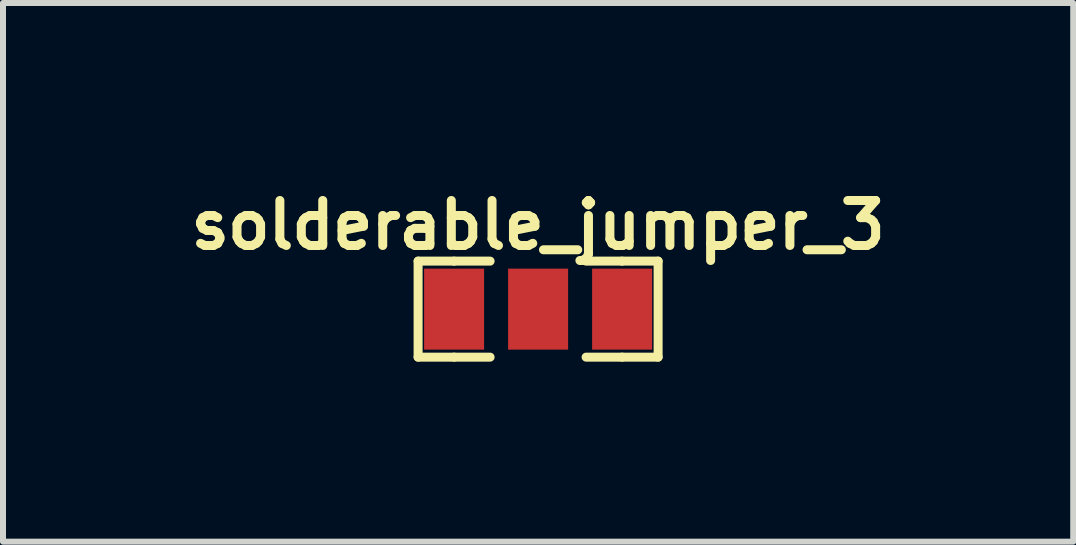
<source format=kicad_pcb>
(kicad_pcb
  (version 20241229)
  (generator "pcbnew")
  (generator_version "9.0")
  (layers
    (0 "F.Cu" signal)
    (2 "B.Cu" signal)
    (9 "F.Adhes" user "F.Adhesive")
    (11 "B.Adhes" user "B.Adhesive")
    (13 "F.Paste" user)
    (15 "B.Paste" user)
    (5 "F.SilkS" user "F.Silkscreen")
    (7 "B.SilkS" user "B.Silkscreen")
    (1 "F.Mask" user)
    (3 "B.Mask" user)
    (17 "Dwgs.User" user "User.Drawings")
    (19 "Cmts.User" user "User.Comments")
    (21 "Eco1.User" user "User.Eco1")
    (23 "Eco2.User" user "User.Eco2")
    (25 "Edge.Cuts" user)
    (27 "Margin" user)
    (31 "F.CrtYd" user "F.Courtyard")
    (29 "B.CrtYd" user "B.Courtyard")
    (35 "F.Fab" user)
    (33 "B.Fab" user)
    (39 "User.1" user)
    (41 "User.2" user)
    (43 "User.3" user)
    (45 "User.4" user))
  (footprint "solderable_jumper_3"
    (layer "F.Cu")
    (at 5.918 2.102)
    (property "Reference" "solderable_jumper_3" (at 0 -1.4 0) (layer "F.SilkS") (effects (font (size 0.75 0.75) (thickness 0.15))))
    (attr through_hole)
    (fp_line (start -2 -0.8) (end -2 0.8) (stroke (width 0.15) (type solid)) (layer "F.SilkS"))
    (fp_line (start -2 -0.8) (end -1.4 -0.8) (stroke (width 0.15) (type solid)) (layer "F.SilkS"))
    (fp_line (start -2 0.8) (end -1.4 0.8) (stroke (width 0.15) (type solid)) (layer "F.SilkS"))
    (fp_line (start -1.4 -0.8) (end -0.8 -0.8) (stroke (width 0.15) (type solid)) (layer "F.SilkS"))
    (fp_line (start -1.4 0.8) (end -0.8 0.8) (stroke (width 0.15) (type solid)) (layer "F.SilkS"))
    (fp_line (start 1.4 -0.8) (end 0.8 -0.8) (stroke (width 0.15) (type solid)) (layer "F.SilkS"))
    (fp_line (start 1.4 0.8) (end 0.8 0.8) (stroke (width 0.15) (type solid)) (layer "F.SilkS"))
    (fp_line (start 2 -0.8) (end 1.4 -0.8) (stroke (width 0.15) (type solid)) (layer "F.SilkS"))
    (fp_line (start 2 -0.8) (end 2 0.8) (stroke (width 0.15) (type solid)) (layer "F.SilkS"))
    (fp_line (start 2 0.8) (end 1.4 0.8) (stroke (width 0.15) (type solid)) (layer "F.SilkS"))
    (pad "1" smd rect (at -1.4 0) (size 1 1.35) (layers "F.Cu" "F.Mask" "F.Paste"))
    (pad "2" smd rect (at 0 0) (size 1 1.35) (layers "F.Cu" "F.Mask" "F.Paste"))
    (pad "3" smd rect (at 1.4 0) (size 1 1.35) (layers "F.Cu" "F.Mask" "F.Paste")))
  (gr_rect
    (start -3 -3)
    (end 14.836 5.977)
    (stroke (width 0.1) (type default))
    (fill no)
    (layer "Edge.Cuts")))
</source>
